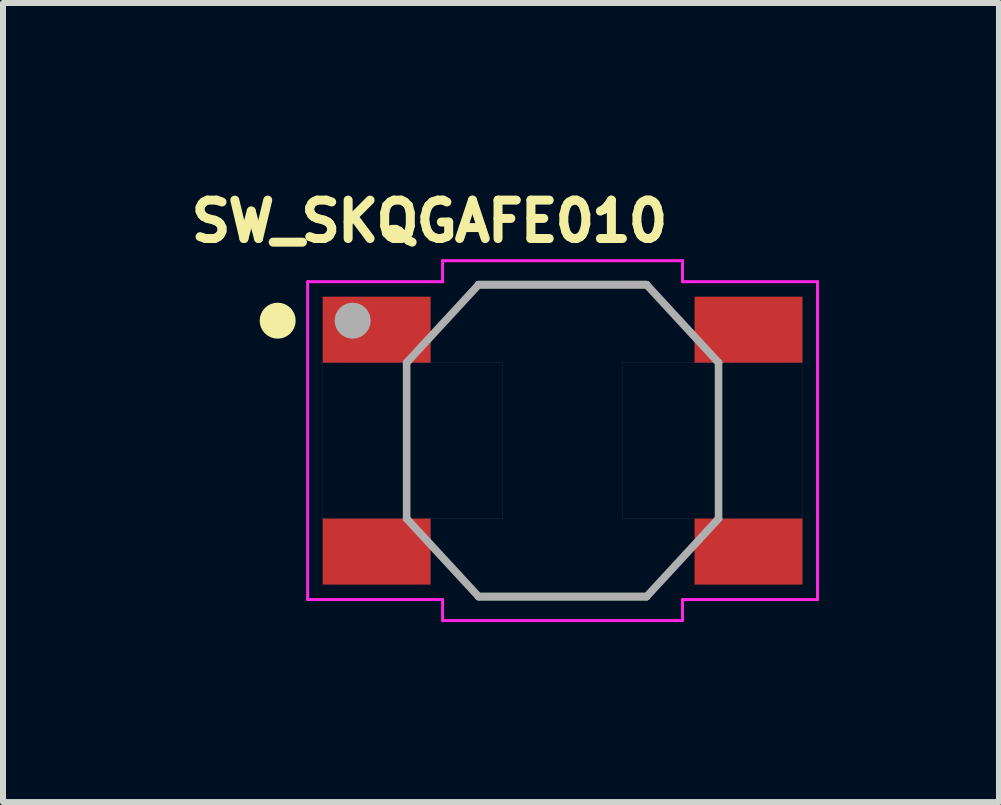
<source format=kicad_pcb>
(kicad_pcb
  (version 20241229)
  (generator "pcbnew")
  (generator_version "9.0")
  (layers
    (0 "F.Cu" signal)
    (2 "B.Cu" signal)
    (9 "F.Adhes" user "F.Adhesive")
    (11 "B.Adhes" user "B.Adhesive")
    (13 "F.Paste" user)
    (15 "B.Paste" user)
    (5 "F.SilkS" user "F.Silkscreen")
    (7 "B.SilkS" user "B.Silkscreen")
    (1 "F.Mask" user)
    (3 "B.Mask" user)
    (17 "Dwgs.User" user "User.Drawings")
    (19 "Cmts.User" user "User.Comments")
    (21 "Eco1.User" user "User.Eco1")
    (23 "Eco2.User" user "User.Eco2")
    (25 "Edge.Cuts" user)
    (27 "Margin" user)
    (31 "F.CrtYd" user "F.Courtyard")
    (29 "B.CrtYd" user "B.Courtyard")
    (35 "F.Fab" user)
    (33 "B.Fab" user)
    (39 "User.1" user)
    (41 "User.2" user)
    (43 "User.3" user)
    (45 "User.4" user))
  (footprint "SW_SKQGAFE010"
    (layer "F.Cu")
    (at 6.329 4.296)
    (property "Reference" "SW_SKQGAFE010" (at -2.219 -3.658 0) (layer "F.SilkS") (effects (font (size 0.64 0.64) (thickness 0.15))))
    (attr through_hole)
    (fp_line (start -1.4 -2.6) (end 1.4 -2.6) (stroke (width 0.127) (type solid)) (layer "F.SilkS"))
    (fp_line (start -1.4 2.6) (end 1.4 2.6) (stroke (width 0.127) (type solid)) (layer "F.SilkS"))
    (fp_circle (center -4.75 -2) (end -4.6 -2) (stroke (width 0.3) (type solid)) (fill no) (layer "F.SilkS"))
    (fp_poly (pts (xy -4 -1.3) (xy -1 -1.3) (xy -1 1.3) (xy -4 1.3)) (stroke (width 0.001) (type solid)) (fill no) (layer "Dwgs.User"))
    (fp_poly (pts (xy 1 -1.3) (xy 4 -1.3) (xy 4 1.3) (xy 1 1.3)) (stroke (width 0.001) (type solid)) (fill no) (layer "Dwgs.User"))
    (fp_line (start -4.25 -2.65) (end -2 -2.65) (stroke (width 0.05) (type solid)) (layer "F.CrtYd"))
    (fp_line (start -4.25 2.65) (end -4.25 -2.65) (stroke (width 0.05) (type solid)) (layer "F.CrtYd"))
    (fp_line (start -2 -3) (end 2 -3) (stroke (width 0.05) (type solid)) (layer "F.CrtYd"))
    (fp_line (start -2 -2.65) (end -2 -3) (stroke (width 0.05) (type solid)) (layer "F.CrtYd"))
    (fp_line (start -2 2.65) (end -4.25 2.65) (stroke (width 0.05) (type solid)) (layer "F.CrtYd"))
    (fp_line (start -2 3) (end -2 2.65) (stroke (width 0.05) (type solid)) (layer "F.CrtYd"))
    (fp_line (start 2 -3) (end 2 -2.65) (stroke (width 0.05) (type solid)) (layer "F.CrtYd"))
    (fp_line (start 2 -2.65) (end 4.25 -2.65) (stroke (width 0.05) (type solid)) (layer "F.CrtYd"))
    (fp_line (start 2 2.65) (end 2 3) (stroke (width 0.05) (type solid)) (layer "F.CrtYd"))
    (fp_line (start 2 3) (end -2 3) (stroke (width 0.05) (type solid)) (layer "F.CrtYd"))
    (fp_line (start 4.25 -2.65) (end 4.25 2.65) (stroke (width 0.05) (type solid)) (layer "F.CrtYd"))
    (fp_line (start 4.25 2.65) (end 2 2.65) (stroke (width 0.05) (type solid)) (layer "F.CrtYd"))
    (fp_line (start -2.6 -1.3) (end -1.4 -2.6) (stroke (width 0.127) (type solid)) (layer "F.Fab"))
    (fp_line (start -2.6 1.3) (end -2.6 -1.3) (stroke (width 0.127) (type solid)) (layer "F.Fab"))
    (fp_line (start -1.4 -2.6) (end 1.4 -2.6) (stroke (width 0.127) (type solid)) (layer "F.Fab"))
    (fp_line (start -1.4 2.6) (end -2.6 1.3) (stroke (width 0.127) (type solid)) (layer "F.Fab"))
    (fp_line (start 1.4 -2.6) (end 2.6 -1.3) (stroke (width 0.127) (type solid)) (layer "F.Fab"))
    (fp_line (start 1.4 2.6) (end -1.4 2.6) (stroke (width 0.127) (type solid)) (layer "F.Fab"))
    (fp_line (start 2.6 -1.3) (end 2.6 1.3) (stroke (width 0.127) (type solid)) (layer "F.Fab"))
    (fp_line (start 2.6 1.3) (end 1.4 2.6) (stroke (width 0.127) (type solid)) (layer "F.Fab"))
    (fp_circle (center -3.5 -2) (end -3.35 -2) (stroke (width 0.3) (type solid)) (fill no) (layer "F.Fab"))
    (pad "1" smd rect (at -3.1 -1.85) (size 1.8 1.1) (layers "F.Cu" "F.Mask" "F.Paste"))
    (pad "2" smd rect (at 3.1 -1.85) (size 1.8 1.1) (layers "F.Cu" "F.Mask" "F.Paste"))
    (pad "3" smd rect (at -3.1 1.85) (size 1.8 1.1) (layers "F.Cu" "F.Mask" "F.Paste"))
    (pad "4" smd rect (at 3.1 1.85) (size 1.8 1.1) (layers "F.Cu" "F.Mask" "F.Paste")))
  (gr_rect
    (start -3 -3)
    (end 13.604 10.321)
    (stroke (width 0.1) (type default))
    (fill no)
    (layer "Edge.Cuts")))
</source>
